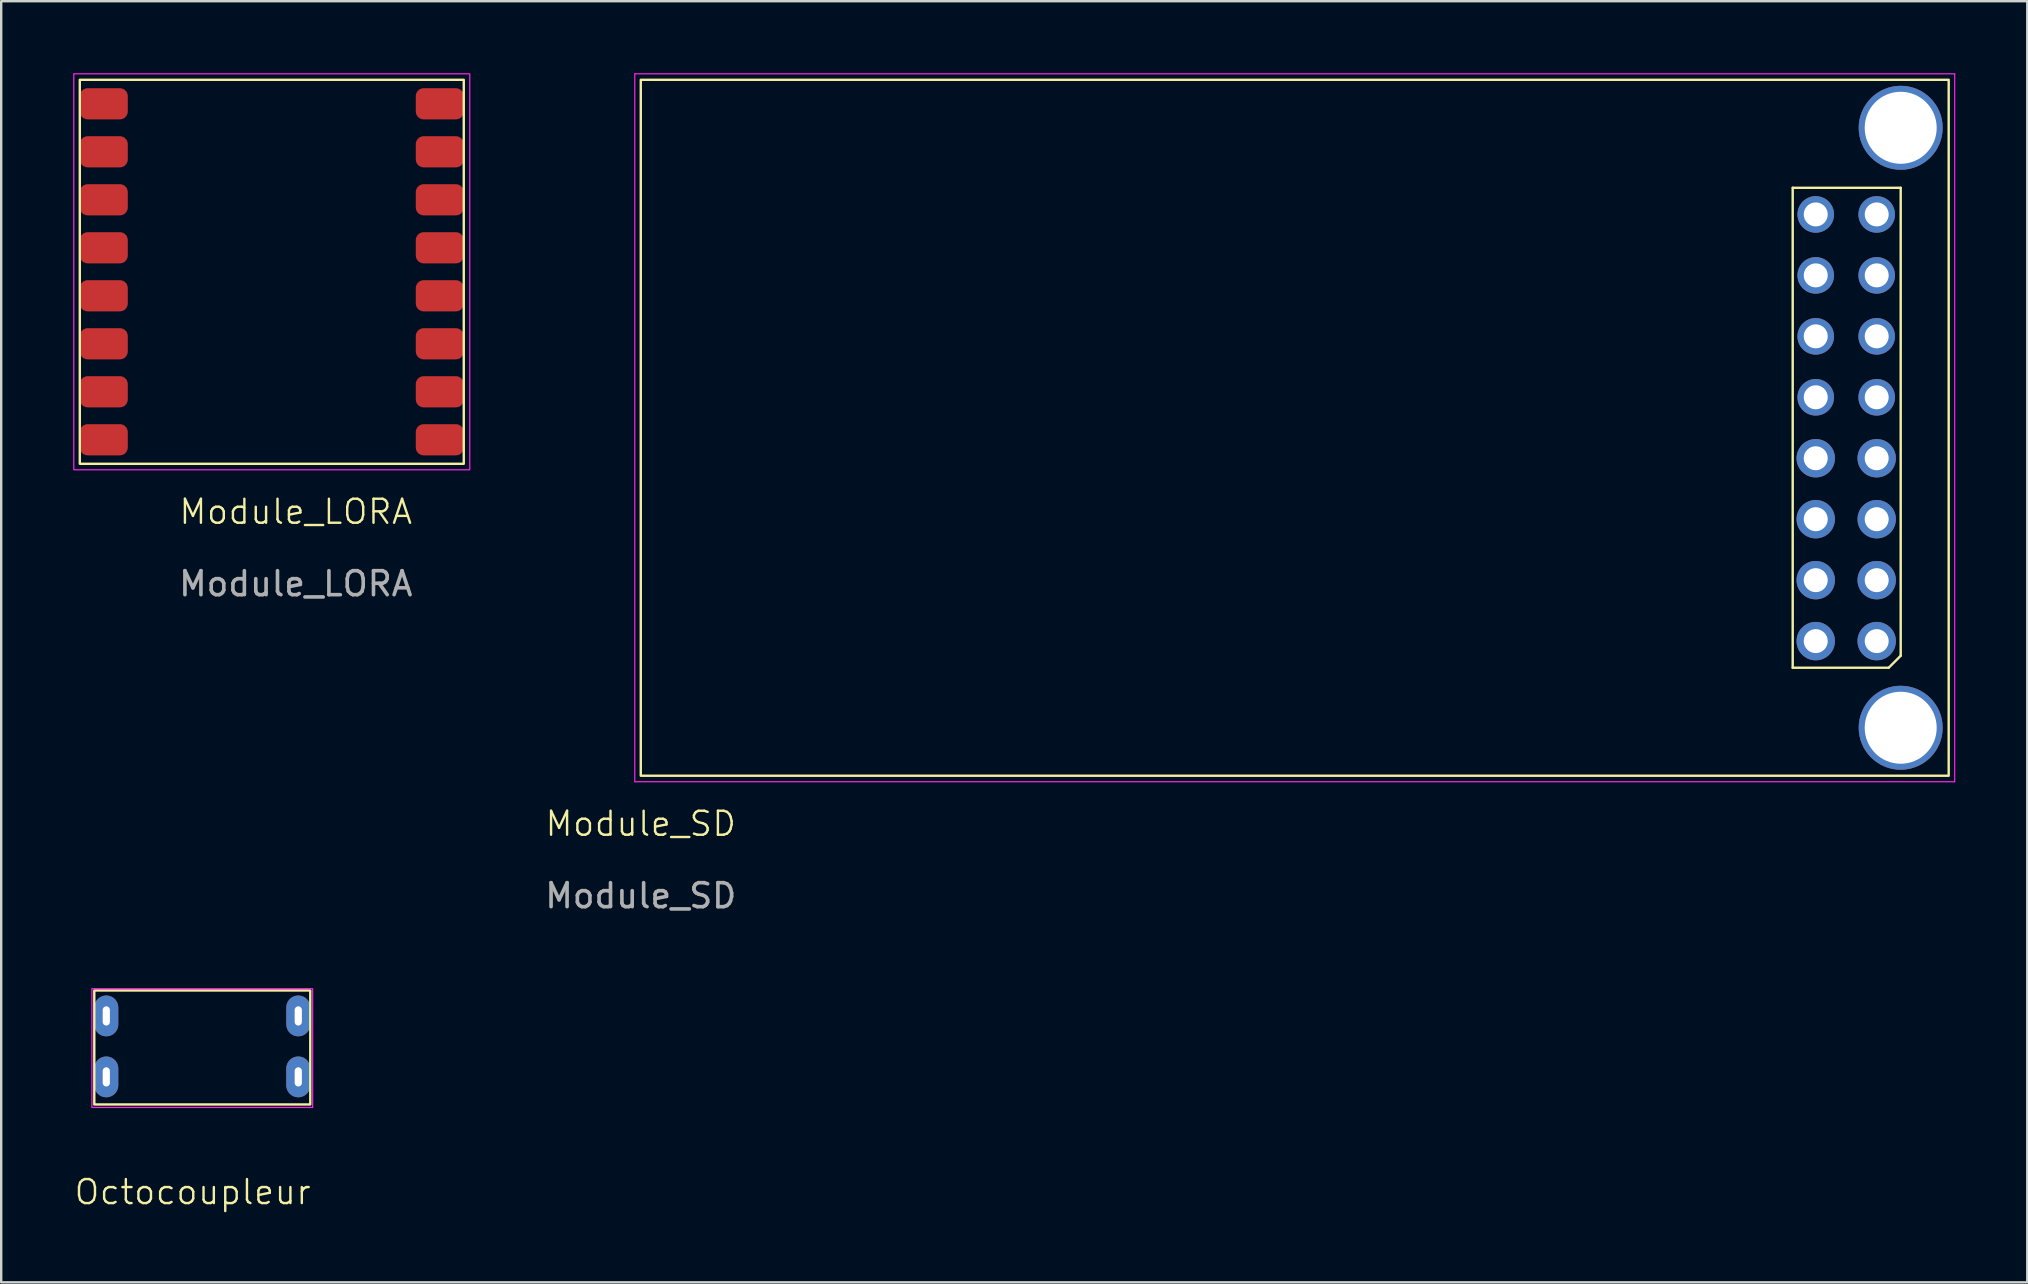
<source format=kicad_pcb>
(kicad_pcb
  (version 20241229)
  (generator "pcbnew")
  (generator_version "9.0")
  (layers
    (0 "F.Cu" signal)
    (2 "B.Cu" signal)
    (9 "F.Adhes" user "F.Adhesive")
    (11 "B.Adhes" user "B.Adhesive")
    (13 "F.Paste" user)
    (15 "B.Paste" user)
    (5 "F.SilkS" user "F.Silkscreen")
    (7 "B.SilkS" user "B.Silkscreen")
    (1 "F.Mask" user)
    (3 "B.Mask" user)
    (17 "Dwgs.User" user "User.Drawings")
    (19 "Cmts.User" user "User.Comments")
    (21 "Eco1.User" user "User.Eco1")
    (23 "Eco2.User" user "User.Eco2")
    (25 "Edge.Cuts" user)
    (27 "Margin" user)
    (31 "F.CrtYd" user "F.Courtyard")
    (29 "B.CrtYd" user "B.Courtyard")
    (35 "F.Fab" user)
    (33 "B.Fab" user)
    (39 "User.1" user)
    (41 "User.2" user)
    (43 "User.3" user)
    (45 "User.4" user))
  (footprint "Module_SD"
    (layer "F.Cu")
    (at 23.651 29.275)
    (property "Reference" "Module_SD" (at 0 2 0) (unlocked yes) (layer "F.SilkS") (effects (font (size 1 1) (thickness 0.1))))
    (attr through_hole)
    (fp_line (start 48 -24.5) (end 52.5 -24.5) (stroke (width 0.1) (type default)) (layer "F.SilkS"))
    (fp_line (start 48 -4.5) (end 48 -24.5) (stroke (width 0.1) (type default)) (layer "F.SilkS"))
    (fp_line (start 52 -4.5) (end 48 -4.5) (stroke (width 0.1) (type default)) (layer "F.SilkS"))
    (fp_line (start 52 -4.5) (end 52.5 -5) (stroke (width 0.1) (type default)) (layer "F.SilkS"))
    (fp_line (start 52.5 -24.5) (end 52.5 -5) (stroke (width 0.1) (type default)) (layer "F.SilkS"))
    (fp_rect (start 0 -29) (end 54.5 0) (stroke (width 0.1) (type default)) (fill no) (layer "F.SilkS"))
    (fp_line (start -0.25 -29.25) (end -0.25 0.25) (stroke (width 0.05) (type default)) (layer "F.CrtYd"))
    (fp_line (start -0.25 0.25) (end 54.75 0.25) (stroke (width 0.05) (type default)) (layer "F.CrtYd"))
    (fp_line (start 54.75 -29.25) (end -0.25 -29.25) (stroke (width 0.05) (type default)) (layer "F.CrtYd"))
    (fp_line (start 54.75 0.25) (end 54.75 -29.25) (stroke (width 0.05) (type default)) (layer "F.CrtYd"))
    (fp_text user "${REFERENCE}" (at 0 5 0) (unlocked yes) (layer "F.Fab") (effects (font (size 1 1) (thickness 0.15))))
    (pad "" np_thru_hole circle (at 52.5 -27 180) (size 3.5 3.5) (drill 3) (layers "*.Cu" "*.Mask"))
    (pad "" np_thru_hole circle (at 52.5 -2 180) (size 3.5 3.5) (drill 3) (layers "*.Cu" "*.Mask"))
    (pad "1" thru_hole circle (at 48.96 -5.61 90) (size 1.6 1.6) (drill 1) (layers "*.Cu" "*.Mask"))
    (pad "1" thru_hole circle (at 51.5 -5.61 90) (size 1.6 1.6) (drill 1) (layers "*.Cu" "*.Mask"))
    (pad "2" thru_hole circle (at 48.96 -8.15 90) (size 1.6 1.6) (drill 1) (layers "*.Cu" "*.Mask"))
    (pad "2" thru_hole circle (at 51.5 -8.15 90) (size 1.6 1.6) (drill 1) (layers "*.Cu" "*.Mask"))
    (pad "3" thru_hole circle (at 48.96 -10.69 90) (size 1.6 1.6) (drill 1) (layers "*.Cu" "*.Mask"))
    (pad "3" thru_hole circle (at 51.5 -10.69 90) (size 1.6 1.6) (drill 1) (layers "*.Cu" "*.Mask"))
    (pad "4" thru_hole circle (at 48.96 -13.23 90) (size 1.6 1.6) (drill 1) (layers "*.Cu" "*.Mask"))
    (pad "4" thru_hole circle (at 51.5 -13.23 90) (size 1.6 1.6) (drill 1) (layers "*.Cu" "*.Mask"))
    (pad "5" thru_hole circle (at 48.96 -15.77 90) (size 1.524 1.524) (drill 1) (layers "*.Cu" "*.Mask"))
    (pad "5" thru_hole circle (at 51.5 -15.77 90) (size 1.524 1.524) (drill 1) (layers "*.Cu" "*.Mask"))
    (pad "6" thru_hole circle (at 48.96 -18.31 90) (size 1.524 1.524) (drill 1) (layers "*.Cu" "*.Mask"))
    (pad "6" thru_hole circle (at 51.5 -18.31 90) (size 1.524 1.524) (drill 1) (layers "*.Cu" "*.Mask"))
    (pad "7" thru_hole circle (at 48.96 -20.85 90) (size 1.524 1.524) (drill 1) (layers "*.Cu" "*.Mask"))
    (pad "7" thru_hole circle (at 51.5 -20.85 90) (size 1.524 1.524) (drill 1) (layers "*.Cu" "*.Mask"))
    (pad "8" thru_hole circle (at 48.96 -23.39 90) (size 1.524 1.524) (drill 1) (layers "*.Cu" "*.Mask"))
    (pad "8" thru_hole circle (at 51.5 -23.39 90) (size 1.524 1.524) (drill 1) (layers "*.Cu" "*.Mask")))
  (footprint "Module_LORA"
    (layer "F.Cu")
    (at 0.275 16.275)
    (property "Reference" "Module_LORA" (at 9 2 0) (unlocked yes) (layer "F.SilkS") (effects (font (size 1 1) (thickness 0.1))))
    (attr smd)
    (fp_rect (start 0 -16) (end 16 0) (stroke (width 0.1) (type default)) (fill no) (layer "F.SilkS"))
    (fp_rect (start -0.25 -16.25) (end 16.25 0.25) (stroke (width 0.05) (type default)) (fill no) (layer "F.CrtYd"))
    (fp_text user "${REFERENCE}" (at 9 5 0) (unlocked yes) (layer "F.Fab") (effects (font (size 1 1) (thickness 0.15))))
    (pad "1" smd roundrect (at 15 -15) (size 2 1.3) (layers "F.Cu" "F.Mask" "F.Paste") (roundrect_rratio 0.25))
    (pad "2" smd roundrect (at 15 -13) (size 2 1.3) (layers "F.Cu" "F.Mask" "F.Paste") (roundrect_rratio 0.25))
    (pad "3" smd roundrect (at 15 -11) (size 2 1.3) (layers "F.Cu" "F.Mask" "F.Paste") (roundrect_rratio 0.25))
    (pad "4" smd roundrect (at 15 -9) (size 2 1.3) (layers "F.Cu" "F.Mask" "F.Paste") (roundrect_rratio 0.25))
    (pad "5" smd roundrect (at 15 -7) (size 2 1.3) (layers "F.Cu" "F.Mask" "F.Paste") (roundrect_rratio 0.25))
    (pad "6" smd roundrect (at 15 -5) (size 2 1.3) (layers "F.Cu" "F.Mask" "F.Paste") (roundrect_rratio 0.25))
    (pad "7" smd roundrect (at 15 -3) (size 2 1.3) (layers "F.Cu" "F.Mask" "F.Paste") (roundrect_rratio 0.25))
    (pad "8" smd roundrect (at 15 -1) (size 2 1.3) (layers "F.Cu" "F.Mask" "F.Paste") (roundrect_rratio 0.25))
    (pad "9" smd roundrect (at 1 -15) (size 2 1.3) (layers "F.Cu" "F.Mask" "F.Paste") (roundrect_rratio 0.25))
    (pad "10" smd roundrect (at 1 -13) (size 2 1.3) (layers "F.Cu" "F.Mask" "F.Paste") (roundrect_rratio 0.25))
    (pad "11" smd roundrect (at 1 -11) (size 2 1.3) (layers "F.Cu" "F.Mask" "F.Paste") (roundrect_rratio 0.25))
    (pad "12" smd roundrect (at 1 -9) (size 2 1.3) (layers "F.Cu" "F.Mask" "F.Paste") (roundrect_rratio 0.25))
    (pad "13" smd roundrect (at 1 -7) (size 2 1.3) (layers "F.Cu" "F.Mask" "F.Paste") (roundrect_rratio 0.25))
    (pad "14" smd roundrect (at 1 -5) (size 2 1.3) (layers "F.Cu" "F.Mask" "F.Paste") (roundrect_rratio 0.25))
    (pad "15" smd roundrect (at 1 -3) (size 2 1.3) (layers "F.Cu" "F.Mask" "F.Paste") (roundrect_rratio 0.25))
    (pad "16" smd roundrect (at 1 -1) (size 2 1.3) (layers "F.Cu" "F.Mask" "F.Paste") (roundrect_rratio 0.25)))
  (footprint "Octocoupleur"
    (layer "F.Cu")
    (at 9.379 41.823)
    (property "Reference" "Octocoupleur" (at -4.4 4.8 0) (unlocked yes) (layer "F.SilkS") (effects (font (size 1 1) (thickness 0.1))))
    (attr through_hole)
    (fp_rect (start -8.5 -3.6) (end 0.5 1.15) (stroke (width 0.1) (type default)) (fill no) (layer "F.SilkS"))
    (fp_rect (start -8.6 -3.675) (end 0.6 1.275) (stroke (width 0.05) (type default)) (fill no) (layer "F.CrtYd"))
    (pad "1" thru_hole oval (at 0 0) (size 1 1.7) (drill oval 0.3 0.8) (layers "*.Cu" "*.Mask"))
    (pad "2" thru_hole oval (at 0 -2.54) (size 1 1.7) (drill oval 0.3 0.8) (layers "*.Cu" "*.Mask"))
    (pad "3" thru_hole oval (at -8 -2.54) (size 1 1.7) (drill oval 0.3 0.8) (layers "*.Cu" "*.Mask"))
    (pad "4" thru_hole oval (at -8 0) (size 1 1.7) (drill oval 0.3 0.8) (layers "*.Cu" "*.Mask")))
  (gr_rect
    (start -3 -3)
    (end 81.426 50.384)
    (stroke (width 0.1) (type default))
    (fill no)
    (layer "Edge.Cuts")))
</source>
